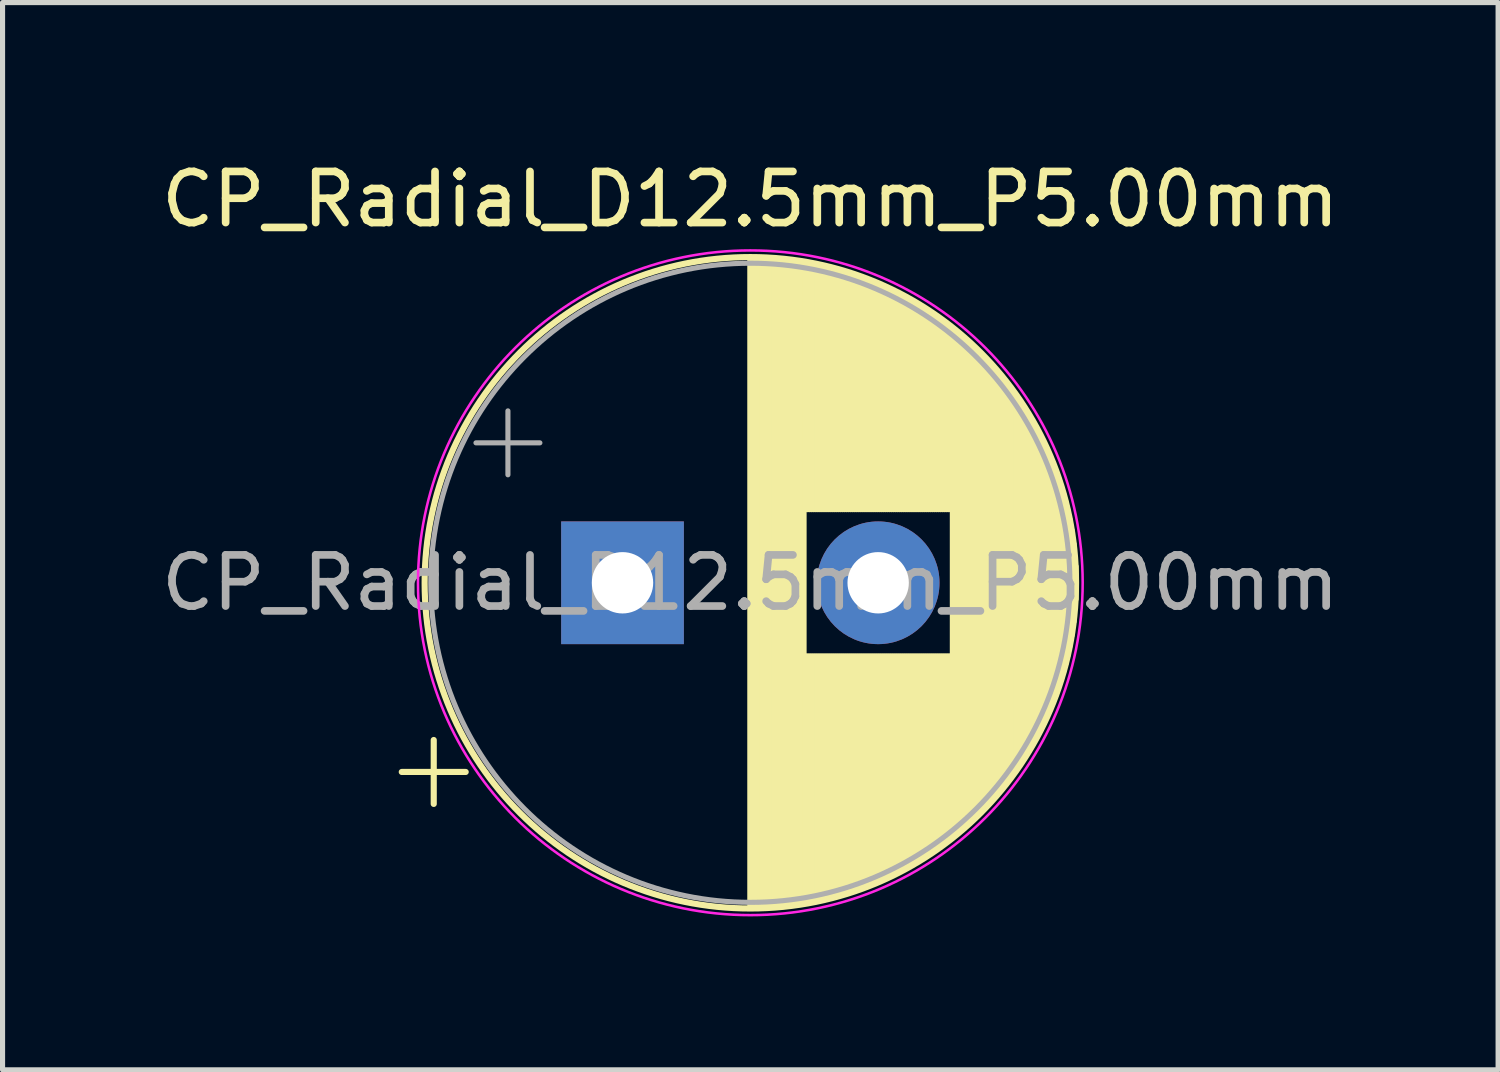
<source format=kicad_pcb>
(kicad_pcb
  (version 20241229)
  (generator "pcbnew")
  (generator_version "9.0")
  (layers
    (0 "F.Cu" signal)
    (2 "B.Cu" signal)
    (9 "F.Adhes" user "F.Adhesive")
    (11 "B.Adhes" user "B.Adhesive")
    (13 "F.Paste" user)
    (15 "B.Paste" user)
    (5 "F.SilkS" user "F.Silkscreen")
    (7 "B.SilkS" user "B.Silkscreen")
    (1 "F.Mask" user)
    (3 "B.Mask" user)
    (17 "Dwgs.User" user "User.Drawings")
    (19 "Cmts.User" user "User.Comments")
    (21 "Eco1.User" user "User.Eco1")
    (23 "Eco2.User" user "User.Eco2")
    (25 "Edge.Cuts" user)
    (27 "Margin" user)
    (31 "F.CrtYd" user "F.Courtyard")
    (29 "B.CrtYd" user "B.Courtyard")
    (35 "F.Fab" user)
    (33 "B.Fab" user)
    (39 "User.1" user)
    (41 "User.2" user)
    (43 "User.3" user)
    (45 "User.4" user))
  (footprint "CP_Radial_D12.5mm_P5.00mm"
    (layer "F.Cu")
    (at 9.125 8.348)
    (property "Reference" "CP_Radial_D12.5mm_P5.00mm" (at 2.5 -7.5 0) (layer "F.SilkS") (effects (font (size 1 1) (thickness 0.15))))
    (attr through_hole)
    (fp_line (start -4.317 3.7) (end -3.067 3.7) (stroke (width 0.12) (type solid)) (layer "F.SilkS"))
    (fp_line (start -3.692 3.075) (end -3.692 4.325) (stroke (width 0.12) (type solid)) (layer "F.SilkS"))
    (fp_line (start 2.5 -6.33) (end 2.5 6.33) (stroke (width 0.12) (type solid)) (layer "F.SilkS"))
    (fp_line (start 2.54 -6.33) (end 2.54 6.33) (stroke (width 0.12) (type solid)) (layer "F.SilkS"))
    (fp_line (start 2.58 -6.33) (end 2.58 6.33) (stroke (width 0.12) (type solid)) (layer "F.SilkS"))
    (fp_line (start 2.62 -6.329) (end 2.62 6.329) (stroke (width 0.12) (type solid)) (layer "F.SilkS"))
    (fp_line (start 2.66 -6.328) (end 2.66 6.328) (stroke (width 0.12) (type solid)) (layer "F.SilkS"))
    (fp_line (start 2.7 -6.327) (end 2.7 6.327) (stroke (width 0.12) (type solid)) (layer "F.SilkS"))
    (fp_line (start 2.74 -6.326) (end 2.74 6.326) (stroke (width 0.12) (type solid)) (layer "F.SilkS"))
    (fp_line (start 2.78 -6.324) (end 2.78 6.324) (stroke (width 0.12) (type solid)) (layer "F.SilkS"))
    (fp_line (start 2.82 -6.322) (end 2.82 6.322) (stroke (width 0.12) (type solid)) (layer "F.SilkS"))
    (fp_line (start 2.86 -6.32) (end 2.86 6.32) (stroke (width 0.12) (type solid)) (layer "F.SilkS"))
    (fp_line (start 2.9 -6.318) (end 2.9 6.318) (stroke (width 0.12) (type solid)) (layer "F.SilkS"))
    (fp_line (start 2.94 -6.315) (end 2.94 6.315) (stroke (width 0.12) (type solid)) (layer "F.SilkS"))
    (fp_line (start 2.98 -6.312) (end 2.98 6.312) (stroke (width 0.12) (type solid)) (layer "F.SilkS"))
    (fp_line (start 3.02 -6.309) (end 3.02 6.309) (stroke (width 0.12) (type solid)) (layer "F.SilkS"))
    (fp_line (start 3.06 -6.306) (end 3.06 6.306) (stroke (width 0.12) (type solid)) (layer "F.SilkS"))
    (fp_line (start 3.1 -6.302) (end 3.1 6.302) (stroke (width 0.12) (type solid)) (layer "F.SilkS"))
    (fp_line (start 3.14 -6.298) (end 3.14 6.298) (stroke (width 0.12) (type solid)) (layer "F.SilkS"))
    (fp_line (start 3.18 -6.294) (end 3.18 6.294) (stroke (width 0.12) (type solid)) (layer "F.SilkS"))
    (fp_line (start 3.221 -6.29) (end 3.221 6.29) (stroke (width 0.12) (type solid)) (layer "F.SilkS"))
    (fp_line (start 3.261 -6.285) (end 3.261 6.285) (stroke (width 0.12) (type solid)) (layer "F.SilkS"))
    (fp_line (start 3.301 -6.28) (end 3.301 6.28) (stroke (width 0.12) (type solid)) (layer "F.SilkS"))
    (fp_line (start 3.341 -6.275) (end 3.341 6.275) (stroke (width 0.12) (type solid)) (layer "F.SilkS"))
    (fp_line (start 3.381 -6.269) (end 3.381 6.269) (stroke (width 0.12) (type solid)) (layer "F.SilkS"))
    (fp_line (start 3.421 -6.264) (end 3.421 6.264) (stroke (width 0.12) (type solid)) (layer "F.SilkS"))
    (fp_line (start 3.461 -6.258) (end 3.461 6.258) (stroke (width 0.12) (type solid)) (layer "F.SilkS"))
    (fp_line (start 3.501 -6.252) (end 3.501 6.252) (stroke (width 0.12) (type solid)) (layer "F.SilkS"))
    (fp_line (start 3.541 -6.245) (end 3.541 6.245) (stroke (width 0.12) (type solid)) (layer "F.SilkS"))
    (fp_line (start 3.581 -6.238) (end 3.581 -1.44) (stroke (width 0.12) (type solid)) (layer "F.SilkS"))
    (fp_line (start 3.581 1.44) (end 3.581 6.238) (stroke (width 0.12) (type solid)) (layer "F.SilkS"))
    (fp_line (start 3.621 -6.231) (end 3.621 -1.44) (stroke (width 0.12) (type solid)) (layer "F.SilkS"))
    (fp_line (start 3.621 1.44) (end 3.621 6.231) (stroke (width 0.12) (type solid)) (layer "F.SilkS"))
    (fp_line (start 3.661 -6.224) (end 3.661 -1.44) (stroke (width 0.12) (type solid)) (layer "F.SilkS"))
    (fp_line (start 3.661 1.44) (end 3.661 6.224) (stroke (width 0.12) (type solid)) (layer "F.SilkS"))
    (fp_line (start 3.701 -6.216) (end 3.701 -1.44) (stroke (width 0.12) (type solid)) (layer "F.SilkS"))
    (fp_line (start 3.701 1.44) (end 3.701 6.216) (stroke (width 0.12) (type solid)) (layer "F.SilkS"))
    (fp_line (start 3.741 -6.209) (end 3.741 -1.44) (stroke (width 0.12) (type solid)) (layer "F.SilkS"))
    (fp_line (start 3.741 1.44) (end 3.741 6.209) (stroke (width 0.12) (type solid)) (layer "F.SilkS"))
    (fp_line (start 3.781 -6.201) (end 3.781 -1.44) (stroke (width 0.12) (type solid)) (layer "F.SilkS"))
    (fp_line (start 3.781 1.44) (end 3.781 6.201) (stroke (width 0.12) (type solid)) (layer "F.SilkS"))
    (fp_line (start 3.821 -6.192) (end 3.821 -1.44) (stroke (width 0.12) (type solid)) (layer "F.SilkS"))
    (fp_line (start 3.821 1.44) (end 3.821 6.192) (stroke (width 0.12) (type solid)) (layer "F.SilkS"))
    (fp_line (start 3.861 -6.184) (end 3.861 -1.44) (stroke (width 0.12) (type solid)) (layer "F.SilkS"))
    (fp_line (start 3.861 1.44) (end 3.861 6.184) (stroke (width 0.12) (type solid)) (layer "F.SilkS"))
    (fp_line (start 3.901 -6.175) (end 3.901 -1.44) (stroke (width 0.12) (type solid)) (layer "F.SilkS"))
    (fp_line (start 3.901 1.44) (end 3.901 6.175) (stroke (width 0.12) (type solid)) (layer "F.SilkS"))
    (fp_line (start 3.941 -6.166) (end 3.941 -1.44) (stroke (width 0.12) (type solid)) (layer "F.SilkS"))
    (fp_line (start 3.941 1.44) (end 3.941 6.166) (stroke (width 0.12) (type solid)) (layer "F.SilkS"))
    (fp_line (start 3.981 -6.156) (end 3.981 -1.44) (stroke (width 0.12) (type solid)) (layer "F.SilkS"))
    (fp_line (start 3.981 1.44) (end 3.981 6.156) (stroke (width 0.12) (type solid)) (layer "F.SilkS"))
    (fp_line (start 4.021 -6.146) (end 4.021 -1.44) (stroke (width 0.12) (type solid)) (layer "F.SilkS"))
    (fp_line (start 4.021 1.44) (end 4.021 6.146) (stroke (width 0.12) (type solid)) (layer "F.SilkS"))
    (fp_line (start 4.061 -6.137) (end 4.061 -1.44) (stroke (width 0.12) (type solid)) (layer "F.SilkS"))
    (fp_line (start 4.061 1.44) (end 4.061 6.137) (stroke (width 0.12) (type solid)) (layer "F.SilkS"))
    (fp_line (start 4.101 -6.126) (end 4.101 -1.44) (stroke (width 0.12) (type solid)) (layer "F.SilkS"))
    (fp_line (start 4.101 1.44) (end 4.101 6.126) (stroke (width 0.12) (type solid)) (layer "F.SilkS"))
    (fp_line (start 4.141 -6.116) (end 4.141 -1.44) (stroke (width 0.12) (type solid)) (layer "F.SilkS"))
    (fp_line (start 4.141 1.44) (end 4.141 6.116) (stroke (width 0.12) (type solid)) (layer "F.SilkS"))
    (fp_line (start 4.181 -6.105) (end 4.181 -1.44) (stroke (width 0.12) (type solid)) (layer "F.SilkS"))
    (fp_line (start 4.181 1.44) (end 4.181 6.105) (stroke (width 0.12) (type solid)) (layer "F.SilkS"))
    (fp_line (start 4.221 -6.094) (end 4.221 -1.44) (stroke (width 0.12) (type solid)) (layer "F.SilkS"))
    (fp_line (start 4.221 1.44) (end 4.221 6.094) (stroke (width 0.12) (type solid)) (layer "F.SilkS"))
    (fp_line (start 4.261 -6.083) (end 4.261 -1.44) (stroke (width 0.12) (type solid)) (layer "F.SilkS"))
    (fp_line (start 4.261 1.44) (end 4.261 6.083) (stroke (width 0.12) (type solid)) (layer "F.SilkS"))
    (fp_line (start 4.301 -6.071) (end 4.301 -1.44) (stroke (width 0.12) (type solid)) (layer "F.SilkS"))
    (fp_line (start 4.301 1.44) (end 4.301 6.071) (stroke (width 0.12) (type solid)) (layer "F.SilkS"))
    (fp_line (start 4.341 -6.059) (end 4.341 -1.44) (stroke (width 0.12) (type solid)) (layer "F.SilkS"))
    (fp_line (start 4.341 1.44) (end 4.341 6.059) (stroke (width 0.12) (type solid)) (layer "F.SilkS"))
    (fp_line (start 4.381 -6.047) (end 4.381 -1.44) (stroke (width 0.12) (type solid)) (layer "F.SilkS"))
    (fp_line (start 4.381 1.44) (end 4.381 6.047) (stroke (width 0.12) (type solid)) (layer "F.SilkS"))
    (fp_line (start 4.421 -6.034) (end 4.421 -1.44) (stroke (width 0.12) (type solid)) (layer "F.SilkS"))
    (fp_line (start 4.421 1.44) (end 4.421 6.034) (stroke (width 0.12) (type solid)) (layer "F.SilkS"))
    (fp_line (start 4.461 -6.021) (end 4.461 -1.44) (stroke (width 0.12) (type solid)) (layer "F.SilkS"))
    (fp_line (start 4.461 1.44) (end 4.461 6.021) (stroke (width 0.12) (type solid)) (layer "F.SilkS"))
    (fp_line (start 4.501 -6.008) (end 4.501 -1.44) (stroke (width 0.12) (type solid)) (layer "F.SilkS"))
    (fp_line (start 4.501 1.44) (end 4.501 6.008) (stroke (width 0.12) (type solid)) (layer "F.SilkS"))
    (fp_line (start 4.541 -5.995) (end 4.541 -1.44) (stroke (width 0.12) (type solid)) (layer "F.SilkS"))
    (fp_line (start 4.541 1.44) (end 4.541 5.995) (stroke (width 0.12) (type solid)) (layer "F.SilkS"))
    (fp_line (start 4.581 -5.981) (end 4.581 -1.44) (stroke (width 0.12) (type solid)) (layer "F.SilkS"))
    (fp_line (start 4.581 1.44) (end 4.581 5.981) (stroke (width 0.12) (type solid)) (layer "F.SilkS"))
    (fp_line (start 4.621 -5.967) (end 4.621 -1.44) (stroke (width 0.12) (type solid)) (layer "F.SilkS"))
    (fp_line (start 4.621 1.44) (end 4.621 5.967) (stroke (width 0.12) (type solid)) (layer "F.SilkS"))
    (fp_line (start 4.661 -5.953) (end 4.661 -1.44) (stroke (width 0.12) (type solid)) (layer "F.SilkS"))
    (fp_line (start 4.661 1.44) (end 4.661 5.953) (stroke (width 0.12) (type solid)) (layer "F.SilkS"))
    (fp_line (start 4.701 -5.939) (end 4.701 -1.44) (stroke (width 0.12) (type solid)) (layer "F.SilkS"))
    (fp_line (start 4.701 1.44) (end 4.701 5.939) (stroke (width 0.12) (type solid)) (layer "F.SilkS"))
    (fp_line (start 4.741 -5.924) (end 4.741 -1.44) (stroke (width 0.12) (type solid)) (layer "F.SilkS"))
    (fp_line (start 4.741 1.44) (end 4.741 5.924) (stroke (width 0.12) (type solid)) (layer "F.SilkS"))
    (fp_line (start 4.781 -5.908) (end 4.781 -1.44) (stroke (width 0.12) (type solid)) (layer "F.SilkS"))
    (fp_line (start 4.781 1.44) (end 4.781 5.908) (stroke (width 0.12) (type solid)) (layer "F.SilkS"))
    (fp_line (start 4.821 -5.893) (end 4.821 -1.44) (stroke (width 0.12) (type solid)) (layer "F.SilkS"))
    (fp_line (start 4.821 1.44) (end 4.821 5.893) (stroke (width 0.12) (type solid)) (layer "F.SilkS"))
    (fp_line (start 4.861 -5.877) (end 4.861 -1.44) (stroke (width 0.12) (type solid)) (layer "F.SilkS"))
    (fp_line (start 4.861 1.44) (end 4.861 5.877) (stroke (width 0.12) (type solid)) (layer "F.SilkS"))
    (fp_line (start 4.901 -5.861) (end 4.901 -1.44) (stroke (width 0.12) (type solid)) (layer "F.SilkS"))
    (fp_line (start 4.901 1.44) (end 4.901 5.861) (stroke (width 0.12) (type solid)) (layer "F.SilkS"))
    (fp_line (start 4.941 -5.845) (end 4.941 -1.44) (stroke (width 0.12) (type solid)) (layer "F.SilkS"))
    (fp_line (start 4.941 1.44) (end 4.941 5.845) (stroke (width 0.12) (type solid)) (layer "F.SilkS"))
    (fp_line (start 4.981 -5.828) (end 4.981 -1.44) (stroke (width 0.12) (type solid)) (layer "F.SilkS"))
    (fp_line (start 4.981 1.44) (end 4.981 5.828) (stroke (width 0.12) (type solid)) (layer "F.SilkS"))
    (fp_line (start 5.021 -5.811) (end 5.021 -1.44) (stroke (width 0.12) (type solid)) (layer "F.SilkS"))
    (fp_line (start 5.021 1.44) (end 5.021 5.811) (stroke (width 0.12) (type solid)) (layer "F.SilkS"))
    (fp_line (start 5.061 -5.793) (end 5.061 -1.44) (stroke (width 0.12) (type solid)) (layer "F.SilkS"))
    (fp_line (start 5.061 1.44) (end 5.061 5.793) (stroke (width 0.12) (type solid)) (layer "F.SilkS"))
    (fp_line (start 5.101 -5.776) (end 5.101 -1.44) (stroke (width 0.12) (type solid)) (layer "F.SilkS"))
    (fp_line (start 5.101 1.44) (end 5.101 5.776) (stroke (width 0.12) (type solid)) (layer "F.SilkS"))
    (fp_line (start 5.141 -5.758) (end 5.141 -1.44) (stroke (width 0.12) (type solid)) (layer "F.SilkS"))
    (fp_line (start 5.141 1.44) (end 5.141 5.758) (stroke (width 0.12) (type solid)) (layer "F.SilkS"))
    (fp_line (start 5.181 -5.739) (end 5.181 -1.44) (stroke (width 0.12) (type solid)) (layer "F.SilkS"))
    (fp_line (start 5.181 1.44) (end 5.181 5.739) (stroke (width 0.12) (type solid)) (layer "F.SilkS"))
    (fp_line (start 5.221 -5.721) (end 5.221 -1.44) (stroke (width 0.12) (type solid)) (layer "F.SilkS"))
    (fp_line (start 5.221 1.44) (end 5.221 5.721) (stroke (width 0.12) (type solid)) (layer "F.SilkS"))
    (fp_line (start 5.261 -5.702) (end 5.261 -1.44) (stroke (width 0.12) (type solid)) (layer "F.SilkS"))
    (fp_line (start 5.261 1.44) (end 5.261 5.702) (stroke (width 0.12) (type solid)) (layer "F.SilkS"))
    (fp_line (start 5.301 -5.682) (end 5.301 -1.44) (stroke (width 0.12) (type solid)) (layer "F.SilkS"))
    (fp_line (start 5.301 1.44) (end 5.301 5.682) (stroke (width 0.12) (type solid)) (layer "F.SilkS"))
    (fp_line (start 5.341 -5.662) (end 5.341 -1.44) (stroke (width 0.12) (type solid)) (layer "F.SilkS"))
    (fp_line (start 5.341 1.44) (end 5.341 5.662) (stroke (width 0.12) (type solid)) (layer "F.SilkS"))
    (fp_line (start 5.381 -5.642) (end 5.381 -1.44) (stroke (width 0.12) (type solid)) (layer "F.SilkS"))
    (fp_line (start 5.381 1.44) (end 5.381 5.642) (stroke (width 0.12) (type solid)) (layer "F.SilkS"))
    (fp_line (start 5.421 -5.622) (end 5.421 -1.44) (stroke (width 0.12) (type solid)) (layer "F.SilkS"))
    (fp_line (start 5.421 1.44) (end 5.421 5.622) (stroke (width 0.12) (type solid)) (layer "F.SilkS"))
    (fp_line (start 5.461 -5.601) (end 5.461 -1.44) (stroke (width 0.12) (type solid)) (layer "F.SilkS"))
    (fp_line (start 5.461 1.44) (end 5.461 5.601) (stroke (width 0.12) (type solid)) (layer "F.SilkS"))
    (fp_line (start 5.501 -5.58) (end 5.501 -1.44) (stroke (width 0.12) (type solid)) (layer "F.SilkS"))
    (fp_line (start 5.501 1.44) (end 5.501 5.58) (stroke (width 0.12) (type solid)) (layer "F.SilkS"))
    (fp_line (start 5.541 -5.558) (end 5.541 -1.44) (stroke (width 0.12) (type solid)) (layer "F.SilkS"))
    (fp_line (start 5.541 1.44) (end 5.541 5.558) (stroke (width 0.12) (type solid)) (layer "F.SilkS"))
    (fp_line (start 5.581 -5.536) (end 5.581 -1.44) (stroke (width 0.12) (type solid)) (layer "F.SilkS"))
    (fp_line (start 5.581 1.44) (end 5.581 5.536) (stroke (width 0.12) (type solid)) (layer "F.SilkS"))
    (fp_line (start 5.621 -5.514) (end 5.621 -1.44) (stroke (width 0.12) (type solid)) (layer "F.SilkS"))
    (fp_line (start 5.621 1.44) (end 5.621 5.514) (stroke (width 0.12) (type solid)) (layer "F.SilkS"))
    (fp_line (start 5.661 -5.491) (end 5.661 -1.44) (stroke (width 0.12) (type solid)) (layer "F.SilkS"))
    (fp_line (start 5.661 1.44) (end 5.661 5.491) (stroke (width 0.12) (type solid)) (layer "F.SilkS"))
    (fp_line (start 5.701 -5.468) (end 5.701 -1.44) (stroke (width 0.12) (type solid)) (layer "F.SilkS"))
    (fp_line (start 5.701 1.44) (end 5.701 5.468) (stroke (width 0.12) (type solid)) (layer "F.SilkS"))
    (fp_line (start 5.741 -5.445) (end 5.741 -1.44) (stroke (width 0.12) (type solid)) (layer "F.SilkS"))
    (fp_line (start 5.741 1.44) (end 5.741 5.445) (stroke (width 0.12) (type solid)) (layer "F.SilkS"))
    (fp_line (start 5.781 -5.421) (end 5.781 -1.44) (stroke (width 0.12) (type solid)) (layer "F.SilkS"))
    (fp_line (start 5.781 1.44) (end 5.781 5.421) (stroke (width 0.12) (type solid)) (layer "F.SilkS"))
    (fp_line (start 5.821 -5.397) (end 5.821 -1.44) (stroke (width 0.12) (type solid)) (layer "F.SilkS"))
    (fp_line (start 5.821 1.44) (end 5.821 5.397) (stroke (width 0.12) (type solid)) (layer "F.SilkS"))
    (fp_line (start 5.861 -5.372) (end 5.861 -1.44) (stroke (width 0.12) (type solid)) (layer "F.SilkS"))
    (fp_line (start 5.861 1.44) (end 5.861 5.372) (stroke (width 0.12) (type solid)) (layer "F.SilkS"))
    (fp_line (start 5.901 -5.347) (end 5.901 -1.44) (stroke (width 0.12) (type solid)) (layer "F.SilkS"))
    (fp_line (start 5.901 1.44) (end 5.901 5.347) (stroke (width 0.12) (type solid)) (layer "F.SilkS"))
    (fp_line (start 5.941 -5.322) (end 5.941 -1.44) (stroke (width 0.12) (type solid)) (layer "F.SilkS"))
    (fp_line (start 5.941 1.44) (end 5.941 5.322) (stroke (width 0.12) (type solid)) (layer "F.SilkS"))
    (fp_line (start 5.981 -5.296) (end 5.981 -1.44) (stroke (width 0.12) (type solid)) (layer "F.SilkS"))
    (fp_line (start 5.981 1.44) (end 5.981 5.296) (stroke (width 0.12) (type solid)) (layer "F.SilkS"))
    (fp_line (start 6.021 -5.27) (end 6.021 -1.44) (stroke (width 0.12) (type solid)) (layer "F.SilkS"))
    (fp_line (start 6.021 1.44) (end 6.021 5.27) (stroke (width 0.12) (type solid)) (layer "F.SilkS"))
    (fp_line (start 6.061 -5.243) (end 6.061 -1.44) (stroke (width 0.12) (type solid)) (layer "F.SilkS"))
    (fp_line (start 6.061 1.44) (end 6.061 5.243) (stroke (width 0.12) (type solid)) (layer "F.SilkS"))
    (fp_line (start 6.101 -5.216) (end 6.101 -1.44) (stroke (width 0.12) (type solid)) (layer "F.SilkS"))
    (fp_line (start 6.101 1.44) (end 6.101 5.216) (stroke (width 0.12) (type solid)) (layer "F.SilkS"))
    (fp_line (start 6.141 -5.188) (end 6.141 -1.44) (stroke (width 0.12) (type solid)) (layer "F.SilkS"))
    (fp_line (start 6.141 1.44) (end 6.141 5.188) (stroke (width 0.12) (type solid)) (layer "F.SilkS"))
    (fp_line (start 6.181 -5.16) (end 6.181 -1.44) (stroke (width 0.12) (type solid)) (layer "F.SilkS"))
    (fp_line (start 6.181 1.44) (end 6.181 5.16) (stroke (width 0.12) (type solid)) (layer "F.SilkS"))
    (fp_line (start 6.221 -5.131) (end 6.221 -1.44) (stroke (width 0.12) (type solid)) (layer "F.SilkS"))
    (fp_line (start 6.221 1.44) (end 6.221 5.131) (stroke (width 0.12) (type solid)) (layer "F.SilkS"))
    (fp_line (start 6.261 -5.102) (end 6.261 -1.44) (stroke (width 0.12) (type solid)) (layer "F.SilkS"))
    (fp_line (start 6.261 1.44) (end 6.261 5.102) (stroke (width 0.12) (type solid)) (layer "F.SilkS"))
    (fp_line (start 6.301 -5.073) (end 6.301 -1.44) (stroke (width 0.12) (type solid)) (layer "F.SilkS"))
    (fp_line (start 6.301 1.44) (end 6.301 5.073) (stroke (width 0.12) (type solid)) (layer "F.SilkS"))
    (fp_line (start 6.341 -5.043) (end 6.341 -1.44) (stroke (width 0.12) (type solid)) (layer "F.SilkS"))
    (fp_line (start 6.341 1.44) (end 6.341 5.043) (stroke (width 0.12) (type solid)) (layer "F.SilkS"))
    (fp_line (start 6.381 -5.012) (end 6.381 -1.44) (stroke (width 0.12) (type solid)) (layer "F.SilkS"))
    (fp_line (start 6.381 1.44) (end 6.381 5.012) (stroke (width 0.12) (type solid)) (layer "F.SilkS"))
    (fp_line (start 6.421 -4.982) (end 6.421 -1.44) (stroke (width 0.12) (type solid)) (layer "F.SilkS"))
    (fp_line (start 6.421 1.44) (end 6.421 4.982) (stroke (width 0.12) (type solid)) (layer "F.SilkS"))
    (fp_line (start 6.461 -4.95) (end 6.461 4.95) (stroke (width 0.12) (type solid)) (layer "F.SilkS"))
    (fp_line (start 6.501 -4.918) (end 6.501 4.918) (stroke (width 0.12) (type solid)) (layer "F.SilkS"))
    (fp_line (start 6.541 -4.885) (end 6.541 4.885) (stroke (width 0.12) (type solid)) (layer "F.SilkS"))
    (fp_line (start 6.581 -4.852) (end 6.581 4.852) (stroke (width 0.12) (type solid)) (layer "F.SilkS"))
    (fp_line (start 6.621 -4.819) (end 6.621 4.819) (stroke (width 0.12) (type solid)) (layer "F.SilkS"))
    (fp_line (start 6.661 -4.785) (end 6.661 4.785) (stroke (width 0.12) (type solid)) (layer "F.SilkS"))
    (fp_line (start 6.701 -4.75) (end 6.701 4.75) (stroke (width 0.12) (type solid)) (layer "F.SilkS"))
    (fp_line (start 6.741 -4.714) (end 6.741 4.714) (stroke (width 0.12) (type solid)) (layer "F.SilkS"))
    (fp_line (start 6.781 -4.678) (end 6.781 4.678) (stroke (width 0.12) (type solid)) (layer "F.SilkS"))
    (fp_line (start 6.821 -4.642) (end 6.821 4.642) (stroke (width 0.12) (type solid)) (layer "F.SilkS"))
    (fp_line (start 6.861 -4.605) (end 6.861 4.605) (stroke (width 0.12) (type solid)) (layer "F.SilkS"))
    (fp_line (start 6.901 -4.567) (end 6.901 4.567) (stroke (width 0.12) (type solid)) (layer "F.SilkS"))
    (fp_line (start 6.941 -4.528) (end 6.941 4.528) (stroke (width 0.12) (type solid)) (layer "F.SilkS"))
    (fp_line (start 6.981 -4.489) (end 6.981 4.489) (stroke (width 0.12) (type solid)) (layer "F.SilkS"))
    (fp_line (start 7.021 -4.449) (end 7.021 4.449) (stroke (width 0.12) (type solid)) (layer "F.SilkS"))
    (fp_line (start 7.061 -4.408) (end 7.061 4.408) (stroke (width 0.12) (type solid)) (layer "F.SilkS"))
    (fp_line (start 7.101 -4.367) (end 7.101 4.367) (stroke (width 0.12) (type solid)) (layer "F.SilkS"))
    (fp_line (start 7.141 -4.325) (end 7.141 4.325) (stroke (width 0.12) (type solid)) (layer "F.SilkS"))
    (fp_line (start 7.181 -4.282) (end 7.181 4.282) (stroke (width 0.12) (type solid)) (layer "F.SilkS"))
    (fp_line (start 7.221 -4.238) (end 7.221 4.238) (stroke (width 0.12) (type solid)) (layer "F.SilkS"))
    (fp_line (start 7.261 -4.194) (end 7.261 4.194) (stroke (width 0.12) (type solid)) (layer "F.SilkS"))
    (fp_line (start 7.301 -4.148) (end 7.301 4.148) (stroke (width 0.12) (type solid)) (layer "F.SilkS"))
    (fp_line (start 7.341 -4.102) (end 7.341 4.102) (stroke (width 0.12) (type solid)) (layer "F.SilkS"))
    (fp_line (start 7.381 -4.055) (end 7.381 4.055) (stroke (width 0.12) (type solid)) (layer "F.SilkS"))
    (fp_line (start 7.421 -4.007) (end 7.421 4.007) (stroke (width 0.12) (type solid)) (layer "F.SilkS"))
    (fp_line (start 7.461 -3.957) (end 7.461 3.957) (stroke (width 0.12) (type solid)) (layer "F.SilkS"))
    (fp_line (start 7.501 -3.907) (end 7.501 3.907) (stroke (width 0.12) (type solid)) (layer "F.SilkS"))
    (fp_line (start 7.541 -3.856) (end 7.541 3.856) (stroke (width 0.12) (type solid)) (layer "F.SilkS"))
    (fp_line (start 7.581 -3.804) (end 7.581 3.804) (stroke (width 0.12) (type solid)) (layer "F.SilkS"))
    (fp_line (start 7.621 -3.75) (end 7.621 3.75) (stroke (width 0.12) (type solid)) (layer "F.SilkS"))
    (fp_line (start 7.661 -3.696) (end 7.661 3.696) (stroke (width 0.12) (type solid)) (layer "F.SilkS"))
    (fp_line (start 7.701 -3.64) (end 7.701 3.64) (stroke (width 0.12) (type solid)) (layer "F.SilkS"))
    (fp_line (start 7.741 -3.583) (end 7.741 3.583) (stroke (width 0.12) (type solid)) (layer "F.SilkS"))
    (fp_line (start 7.781 -3.524) (end 7.781 3.524) (stroke (width 0.12) (type solid)) (layer "F.SilkS"))
    (fp_line (start 7.821 -3.464) (end 7.821 3.464) (stroke (width 0.12) (type solid)) (layer "F.SilkS"))
    (fp_line (start 7.861 -3.402) (end 7.861 3.402) (stroke (width 0.12) (type solid)) (layer "F.SilkS"))
    (fp_line (start 7.901 -3.339) (end 7.901 3.339) (stroke (width 0.12) (type solid)) (layer "F.SilkS"))
    (fp_line (start 7.941 -3.275) (end 7.941 3.275) (stroke (width 0.12) (type solid)) (layer "F.SilkS"))
    (fp_line (start 7.981 -3.208) (end 7.981 3.208) (stroke (width 0.12) (type solid)) (layer "F.SilkS"))
    (fp_line (start 8.021 -3.14) (end 8.021 3.14) (stroke (width 0.12) (type solid)) (layer "F.SilkS"))
    (fp_line (start 8.061 -3.069) (end 8.061 3.069) (stroke (width 0.12) (type solid)) (layer "F.SilkS"))
    (fp_line (start 8.101 -2.996) (end 8.101 2.996) (stroke (width 0.12) (type solid)) (layer "F.SilkS"))
    (fp_line (start 8.141 -2.921) (end 8.141 2.921) (stroke (width 0.12) (type solid)) (layer "F.SilkS"))
    (fp_line (start 8.181 -2.844) (end 8.181 2.844) (stroke (width 0.12) (type solid)) (layer "F.SilkS"))
    (fp_line (start 8.221 -2.764) (end 8.221 2.764) (stroke (width 0.12) (type solid)) (layer "F.SilkS"))
    (fp_line (start 8.261 -2.681) (end 8.261 2.681) (stroke (width 0.12) (type solid)) (layer "F.SilkS"))
    (fp_line (start 8.301 -2.594) (end 8.301 2.594) (stroke (width 0.12) (type solid)) (layer "F.SilkS"))
    (fp_line (start 8.341 -2.504) (end 8.341 2.504) (stroke (width 0.12) (type solid)) (layer "F.SilkS"))
    (fp_line (start 8.381 -2.41) (end 8.381 2.41) (stroke (width 0.12) (type solid)) (layer "F.SilkS"))
    (fp_line (start 8.421 -2.312) (end 8.421 2.312) (stroke (width 0.12) (type solid)) (layer "F.SilkS"))
    (fp_line (start 8.461 -2.209) (end 8.461 2.209) (stroke (width 0.12) (type solid)) (layer "F.SilkS"))
    (fp_line (start 8.501 -2.1) (end 8.501 2.1) (stroke (width 0.12) (type solid)) (layer "F.SilkS"))
    (fp_line (start 8.541 -1.984) (end 8.541 1.984) (stroke (width 0.12) (type solid)) (layer "F.SilkS"))
    (fp_line (start 8.581 -1.861) (end 8.581 1.861) (stroke (width 0.12) (type solid)) (layer "F.SilkS"))
    (fp_line (start 8.621 -1.728) (end 8.621 1.728) (stroke (width 0.12) (type solid)) (layer "F.SilkS"))
    (fp_line (start 8.661 -1.583) (end 8.661 1.583) (stroke (width 0.12) (type solid)) (layer "F.SilkS"))
    (fp_line (start 8.701 -1.422) (end 8.701 1.422) (stroke (width 0.12) (type solid)) (layer "F.SilkS"))
    (fp_line (start 8.741 -1.241) (end 8.741 1.241) (stroke (width 0.12) (type solid)) (layer "F.SilkS"))
    (fp_line (start 8.781 -1.028) (end 8.781 1.028) (stroke (width 0.12) (type solid)) (layer "F.SilkS"))
    (fp_line (start 8.821 -0.757) (end 8.821 0.757) (stroke (width 0.12) (type solid)) (layer "F.SilkS"))
    (fp_line (start 8.861 -0.317) (end 8.861 0.317) (stroke (width 0.12) (type solid)) (layer "F.SilkS"))
    (fp_circle (center 2.5 0) (end 8.87 0) (stroke (width 0.12) (type solid)) (fill no) (layer "F.SilkS"))
    (fp_circle (center 2.5 0) (end 9 0) (stroke (width 0.05) (type solid)) (fill no) (layer "F.CrtYd"))
    (fp_line (start -2.866 -2.737) (end -1.616 -2.737) (stroke (width 0.1) (type solid)) (layer "F.Fab"))
    (fp_line (start -2.241 -3.362) (end -2.241 -2.112) (stroke (width 0.1) (type solid)) (layer "F.Fab"))
    (fp_circle (center 2.5 0) (end 8.75 0) (stroke (width 0.1) (type solid)) (fill no) (layer "F.Fab"))
    (fp_text user "${REFERENCE}" (at 2.5 0 0) (layer "F.Fab") (effects (font (size 1 1) (thickness 0.15))))
    (pad "1" thru_hole rect (at 0 0) (size 2.4 2.4) (drill 1.2) (layers "*.Cu" "*.Mask"))
    (pad "2" thru_hole circle (at 5 0) (size 2.4 2.4) (drill 1.2) (layers "*.Cu" "*.Mask")))
  (gr_rect
    (start -3 -3)
    (end 26.25 17.873)
    (stroke (width 0.1) (type default))
    (fill no)
    (layer "Edge.Cuts")))
</source>
